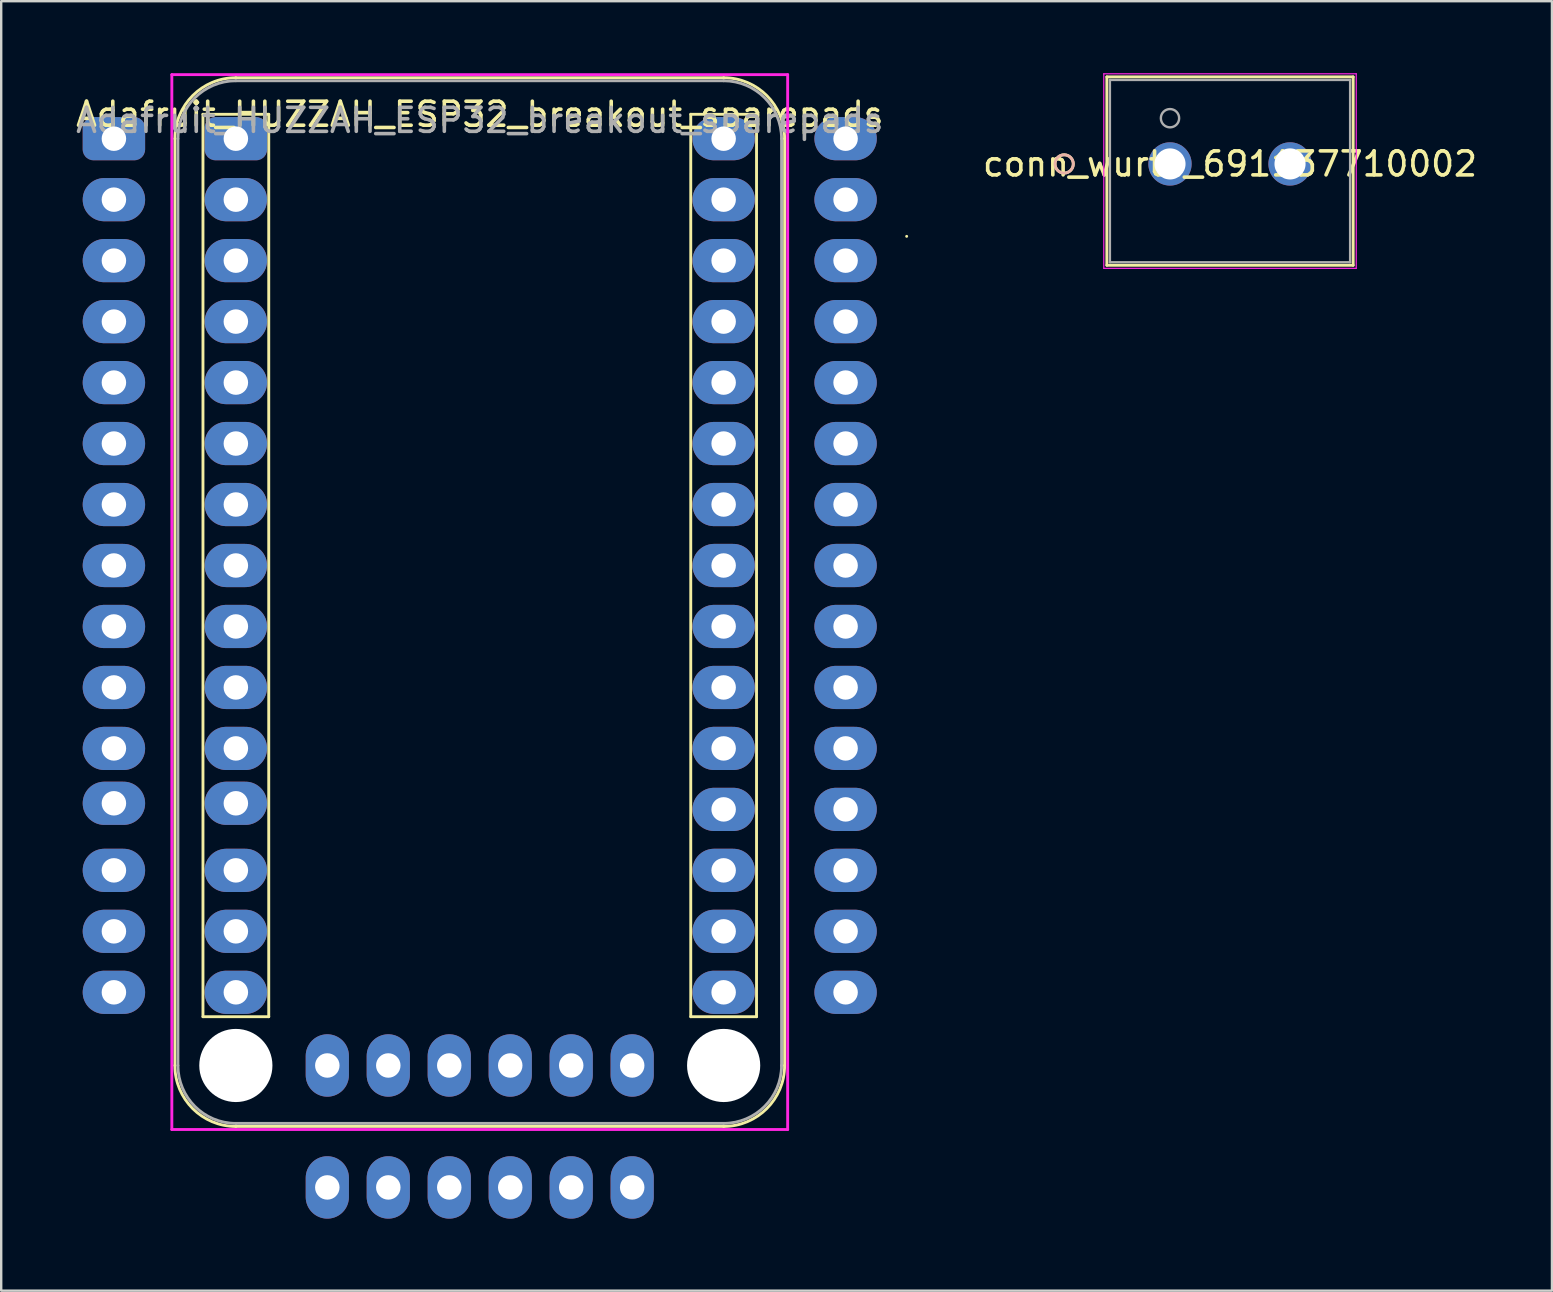
<source format=kicad_pcb>
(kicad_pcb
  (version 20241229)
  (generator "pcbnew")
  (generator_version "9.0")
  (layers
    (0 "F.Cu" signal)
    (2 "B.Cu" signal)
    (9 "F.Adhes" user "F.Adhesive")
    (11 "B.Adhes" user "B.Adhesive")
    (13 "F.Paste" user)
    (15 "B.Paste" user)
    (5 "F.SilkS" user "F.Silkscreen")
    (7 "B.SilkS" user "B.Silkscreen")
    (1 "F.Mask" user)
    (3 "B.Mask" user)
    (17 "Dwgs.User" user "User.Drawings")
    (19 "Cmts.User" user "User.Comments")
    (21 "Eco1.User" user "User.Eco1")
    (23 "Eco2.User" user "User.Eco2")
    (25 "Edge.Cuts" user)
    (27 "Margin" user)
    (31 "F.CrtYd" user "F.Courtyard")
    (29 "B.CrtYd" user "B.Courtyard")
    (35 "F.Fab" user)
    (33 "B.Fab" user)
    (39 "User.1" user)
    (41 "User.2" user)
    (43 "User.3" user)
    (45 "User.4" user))
  (footprint "Adafruit_HUZZAH_ESP32_breakout_sparepads"
    (layer "F.Cu")
    (at 16.935 22.031)
    (property "Reference" "Adafruit_HUZZAH_ESP32_breakout_sparepads" (at 0 -20.32 0) (layer "F.SilkS") (effects (font (size 1 1) (thickness 0.15))))
    (attr through_hole)
    (fp_line (start -12.7 19.304) (end -12.7 -19.304) (stroke (width 0.12) (type solid)) (layer "F.SilkS"))
    (fp_line (start -11.53 -20.32) (end -11.53 17.272) (stroke (width 0.12) (type solid)) (layer "F.SilkS"))
    (fp_line (start -11.53 17.272) (end -8.79 17.272) (stroke (width 0.12) (type solid)) (layer "F.SilkS"))
    (fp_line (start -10.16 -21.844) (end 10.16 -21.844) (stroke (width 0.12) (type solid)) (layer "F.SilkS"))
    (fp_line (start -8.79 -20.32) (end -11.53 -20.32) (stroke (width 0.12) (type solid)) (layer "F.SilkS"))
    (fp_line (start -8.79 17.272) (end -8.79 -20.32) (stroke (width 0.12) (type solid)) (layer "F.SilkS"))
    (fp_line (start 8.79 -20.32) (end 8.79 17.272) (stroke (width 0.12) (type solid)) (layer "F.SilkS"))
    (fp_line (start 8.79 17.272) (end 11.53 17.272) (stroke (width 0.12) (type solid)) (layer "F.SilkS"))
    (fp_line (start 10.16 21.844) (end -10.16 21.844) (stroke (width 0.12) (type solid)) (layer "F.SilkS"))
    (fp_line (start 11.53 -20.32) (end 8.79 -20.32) (stroke (width 0.12) (type solid)) (layer "F.SilkS"))
    (fp_line (start 11.53 17.272) (end 11.53 -20.32) (stroke (width 0.12) (type solid)) (layer "F.SilkS"))
    (fp_line (start 12.7 -19.304) (end 12.7 19.304) (stroke (width 0.12) (type solid)) (layer "F.SilkS"))
    (fp_line (start 17.784 -15.236) (end 17.784 -15.236) (stroke (width 0.12) (type solid)) (layer "F.SilkS"))
    (fp_arc (start -12.7 -19.304) (mid -11.956051 -21.100051) (end -10.16 -21.844) (stroke (width 0.12) (type solid)) (layer "F.SilkS"))
    (fp_arc (start -10.16 21.844) (mid -11.956051 21.100051) (end -12.7 19.304) (stroke (width 0.12) (type solid)) (layer "F.SilkS"))
    (fp_arc (start 10.16 -21.844) (mid 11.956051 -21.100051) (end 12.7 -19.304) (stroke (width 0.12) (type solid)) (layer "F.SilkS"))
    (fp_arc (start 12.7 19.304) (mid 11.956051 21.100051) (end 10.16 21.844) (stroke (width 0.12) (type solid)) (layer "F.SilkS"))
    (fp_line (start -12.827 -21.971) (end 12.827 -21.971) (stroke (width 0.12) (type solid)) (layer "F.CrtYd"))
    (fp_line (start -12.827 21.971) (end -12.827 -21.971) (stroke (width 0.12) (type solid)) (layer "F.CrtYd"))
    (fp_line (start 12.827 -21.971) (end 12.827 21.971) (stroke (width 0.12) (type solid)) (layer "F.CrtYd"))
    (fp_line (start 12.827 21.971) (end -12.827 21.971) (stroke (width 0.12) (type solid)) (layer "F.CrtYd"))
    (fp_line (start -12.573 19.304) (end -12.573 -19.304) (stroke (width 0.12) (type solid)) (layer "F.Fab"))
    (fp_line (start -10.16 -21.717) (end 10.16 -21.717) (stroke (width 0.12) (type solid)) (layer "F.Fab"))
    (fp_line (start 10.16 21.717) (end -10.16 21.717) (stroke (width 0.12) (type solid)) (layer "F.Fab"))
    (fp_line (start 12.573 -19.304) (end 12.573 19.304) (stroke (width 0.12) (type solid)) (layer "F.Fab"))
    (fp_arc (start -12.573 -19.304) (mid -11.866249 -21.010249) (end -10.16 -21.717) (stroke (width 0.12) (type solid)) (layer "F.Fab"))
    (fp_arc (start -10.16 21.717) (mid -11.866249 21.010249) (end -12.573 19.304) (stroke (width 0.12) (type solid)) (layer "F.Fab"))
    (fp_arc (start 10.16 -21.717) (mid 11.866249 -21.010249) (end 12.573 -19.304) (stroke (width 0.12) (type solid)) (layer "F.Fab"))
    (fp_arc (start 12.573 19.304) (mid 11.866249 21.010249) (end 10.16 21.717) (stroke (width 0.12) (type solid)) (layer "F.Fab"))
    (fp_text user "${REFERENCE}" (at 0 -20.066 0) (layer "F.Fab") (effects (font (size 1 1) (thickness 0.15))))
    (pad "" np_thru_hole circle (at -10.16 19.304) (size 3.048 3.048) (drill 3.048) (layers "*.Cu" "*.Mask"))
    (pad "" np_thru_hole circle (at 10.16 19.304) (size 3.048 3.048) (drill 3.048) (layers "*.Cu" "*.Mask"))
    (pad "1" thru_hole roundrect (at -15.24 -19.304) (size 2.6 1.8) (drill 1.02) (layers "*.Cu" "*.Mask") (roundrect_rratio 0.25))
    (pad "1" thru_hole roundrect (at -10.16 -19.304) (size 2.6 1.8) (drill 1.02) (layers "*.Cu" "*.Mask") (roundrect_rratio 0.25))
    (pad "2" thru_hole oval (at -15.24 -16.764) (size 2.6 1.8) (drill 1.02) (layers "*.Cu" "*.Mask"))
    (pad "2" thru_hole oval (at -10.16 -16.764) (size 2.6 1.8) (drill 1.02) (layers "*.Cu" "*.Mask"))
    (pad "3" thru_hole oval (at -15.24 -14.224) (size 2.6 1.8) (drill 1.02) (layers "*.Cu" "*.Mask"))
    (pad "3" thru_hole oval (at -10.16 -14.224) (size 2.6 1.8) (drill 1.02) (layers "*.Cu" "*.Mask"))
    (pad "4" thru_hole oval (at -15.24 -11.684) (size 2.6 1.8) (drill 1.02) (layers "*.Cu" "*.Mask"))
    (pad "4" thru_hole oval (at -10.16 -11.684) (size 2.6 1.8) (drill 1.02) (layers "*.Cu" "*.Mask"))
    (pad "5" thru_hole oval (at -15.24 -9.144) (size 2.6 1.8) (drill 1.02) (layers "*.Cu" "*.Mask"))
    (pad "5" thru_hole oval (at -10.16 -9.144) (size 2.6 1.8) (drill 1.02) (layers "*.Cu" "*.Mask"))
    (pad "6" thru_hole oval (at -15.24 -6.604) (size 2.6 1.8) (drill 1.02) (layers "*.Cu" "*.Mask"))
    (pad "6" thru_hole oval (at -10.16 -6.604) (size 2.6 1.8) (drill 1.02) (layers "*.Cu" "*.Mask"))
    (pad "7" thru_hole oval (at -15.24 -4.064) (size 2.6 1.8) (drill 1.02) (layers "*.Cu" "*.Mask"))
    (pad "7" thru_hole oval (at -10.16 -4.064) (size 2.6 1.8) (drill 1.02) (layers "*.Cu" "*.Mask"))
    (pad "8" thru_hole oval (at -15.24 -1.524) (size 2.6 1.8) (drill 1.02) (layers "*.Cu" "*.Mask"))
    (pad "8" thru_hole oval (at -10.16 -1.524) (size 2.6 1.8) (drill 1.02) (layers "*.Cu" "*.Mask"))
    (pad "9" thru_hole oval (at -15.24 1.016) (size 2.6 1.8) (drill 1.02) (layers "*.Cu" "*.Mask"))
    (pad "9" thru_hole oval (at -10.16 1.016) (size 2.6 1.8) (drill 1.02) (layers "*.Cu" "*.Mask"))
    (pad "10" thru_hole oval (at -15.24 3.556) (size 2.6 1.8) (drill 1.02) (layers "*.Cu" "*.Mask"))
    (pad "10" thru_hole oval (at -10.16 3.556) (size 2.6 1.8) (drill 1.02) (layers "*.Cu" "*.Mask"))
    (pad "11" thru_hole oval (at -15.24 6.096) (size 2.6 1.8) (drill 1.02) (layers "*.Cu" "*.Mask"))
    (pad "11" thru_hole oval (at -10.16 6.096) (size 2.6 1.8) (drill 1.02) (layers "*.Cu" "*.Mask"))
    (pad "12" thru_hole oval (at -15.24 8.382) (size 2.6 1.8) (drill 1.02) (layers "*.Cu" "*.Mask"))
    (pad "12" thru_hole oval (at -10.16 8.382) (size 2.6 1.8) (drill 1.02) (layers "*.Cu" "*.Mask"))
    (pad "13" thru_hole oval (at -15.24 11.176) (size 2.6 1.8) (drill 1.02) (layers "*.Cu" "*.Mask"))
    (pad "13" thru_hole oval (at -10.16 11.176) (size 2.6 1.8) (drill 1.02) (layers "*.Cu" "*.Mask"))
    (pad "14" thru_hole oval (at -15.24 13.716) (size 2.6 1.8) (drill 1.02) (layers "*.Cu" "*.Mask"))
    (pad "14" thru_hole oval (at -10.16 13.716) (size 2.6 1.8) (drill 1.02) (layers "*.Cu" "*.Mask"))
    (pad "15" thru_hole oval (at -15.24 16.256) (size 2.6 1.8) (drill 1.02) (layers "*.Cu" "*.Mask"))
    (pad "15" thru_hole oval (at -10.16 16.256) (size 2.6 1.8) (drill 1.02) (layers "*.Cu" "*.Mask"))
    (pad "16" thru_hole oval (at 10.16 16.256) (size 2.6 1.8) (drill 1.02) (layers "*.Cu" "*.Mask"))
    (pad "16" thru_hole oval (at 15.24 16.256) (size 2.6 1.8) (drill 1.02) (layers "*.Cu" "*.Mask"))
    (pad "17" thru_hole oval (at 10.16 13.716) (size 2.6 1.8) (drill 1.02) (layers "*.Cu" "*.Mask"))
    (pad "17" thru_hole oval (at 15.24 13.716) (size 2.6 1.8) (drill 1.02) (layers "*.Cu" "*.Mask"))
    (pad "18" thru_hole oval (at 10.16 11.176) (size 2.6 1.8) (drill 1.02) (layers "*.Cu" "*.Mask"))
    (pad "18" thru_hole oval (at 15.24 11.176) (size 2.6 1.8) (drill 1.02) (layers "*.Cu" "*.Mask"))
    (pad "19" thru_hole oval (at 10.16 8.636) (size 2.6 1.8) (drill 1.02) (layers "*.Cu" "*.Mask"))
    (pad "19" thru_hole oval (at 15.24 8.636) (size 2.6 1.8) (drill 1.02) (layers "*.Cu" "*.Mask"))
    (pad "20" thru_hole oval (at 10.16 6.096) (size 2.6 1.8) (drill 1.02) (layers "*.Cu" "*.Mask"))
    (pad "20" thru_hole oval (at 15.24 6.096) (size 2.6 1.8) (drill 1.02) (layers "*.Cu" "*.Mask"))
    (pad "21" thru_hole oval (at 10.16 3.556) (size 2.6 1.8) (drill 1.02) (layers "*.Cu" "*.Mask"))
    (pad "21" thru_hole oval (at 15.24 3.556) (size 2.6 1.8) (drill 1.02) (layers "*.Cu" "*.Mask"))
    (pad "22" thru_hole oval (at 10.16 1.016) (size 2.6 1.8) (drill 1.02) (layers "*.Cu" "*.Mask"))
    (pad "22" thru_hole oval (at 15.24 1.016) (size 2.6 1.8) (drill 1.02) (layers "*.Cu" "*.Mask"))
    (pad "23" thru_hole oval (at 10.16 -1.524) (size 2.6 1.8) (drill 1.02) (layers "*.Cu" "*.Mask"))
    (pad "23" thru_hole oval (at 15.24 -1.524) (size 2.6 1.8) (drill 1.02) (layers "*.Cu" "*.Mask"))
    (pad "24" thru_hole oval (at 10.16 -4.064) (size 2.6 1.8) (drill 1.02) (layers "*.Cu" "*.Mask"))
    (pad "24" thru_hole oval (at 15.24 -4.064) (size 2.6 1.8) (drill 1.02) (layers "*.Cu" "*.Mask"))
    (pad "25" thru_hole oval (at 10.16 -6.604) (size 2.6 1.8) (drill 1.02) (layers "*.Cu" "*.Mask"))
    (pad "25" thru_hole oval (at 15.24 -6.604) (size 2.6 1.8) (drill 1.02) (layers "*.Cu" "*.Mask"))
    (pad "26" thru_hole oval (at 10.16 -9.144) (size 2.6 1.8) (drill 1.02) (layers "*.Cu" "*.Mask"))
    (pad "26" thru_hole oval (at 15.24 -9.144) (size 2.6 1.8) (drill 1.02) (layers "*.Cu" "*.Mask"))
    (pad "27" thru_hole oval (at 10.16 -11.684) (size 2.6 1.8) (drill 1.02) (layers "*.Cu" "*.Mask"))
    (pad "27" thru_hole oval (at 15.24 -11.684) (size 2.6 1.8) (drill 1.02) (layers "*.Cu" "*.Mask"))
    (pad "28" thru_hole oval (at 10.16 -14.224) (size 2.6 1.8) (drill 1.02) (layers "*.Cu" "*.Mask"))
    (pad "28" thru_hole oval (at 15.24 -14.224) (size 2.6 1.8) (drill 1.02) (layers "*.Cu" "*.Mask"))
    (pad "29" thru_hole oval (at 10.16 -16.764) (size 2.6 1.8) (drill 1.02) (layers "*.Cu" "*.Mask"))
    (pad "29" thru_hole oval (at 15.24 -16.764) (size 2.6 1.8) (drill 1.02) (layers "*.Cu" "*.Mask"))
    (pad "30" thru_hole oval (at 10.16 -19.304) (size 2.6 1.8) (drill 1.02) (layers "*.Cu" "*.Mask"))
    (pad "30" thru_hole oval (at 15.24 -19.304) (size 2.6 1.8) (drill 1.02) (layers "*.Cu" "*.Mask"))
    (pad "31" thru_hole oval (at -6.35 19.304) (size 1.8 2.6) (drill 1.02) (layers "*.Cu" "*.Mask"))
    (pad "31" thru_hole oval (at -6.35 24.384) (size 1.8 2.6) (drill 1.02) (layers "*.Cu" "*.Mask"))
    (pad "32" thru_hole oval (at -3.81 19.304) (size 1.8 2.6) (drill 1.02) (layers "*.Cu" "*.Mask"))
    (pad "32" thru_hole oval (at -3.81 24.384) (size 1.8 2.6) (drill 1.02) (layers "*.Cu" "*.Mask"))
    (pad "33" thru_hole oval (at -1.27 19.304) (size 1.8 2.6) (drill 1.02) (layers "*.Cu" "*.Mask"))
    (pad "33" thru_hole oval (at -1.27 24.384) (size 1.8 2.6) (drill 1.02) (layers "*.Cu" "*.Mask"))
    (pad "34" thru_hole oval (at 1.27 19.304) (size 1.8 2.6) (drill 1.02) (layers "*.Cu" "*.Mask"))
    (pad "34" thru_hole oval (at 1.27 24.384) (size 1.8 2.6) (drill 1.02) (layers "*.Cu" "*.Mask"))
    (pad "35" thru_hole oval (at 3.81 19.304) (size 1.8 2.6) (drill 1.02) (layers "*.Cu" "*.Mask"))
    (pad "35" thru_hole oval (at 3.81 24.384) (size 1.8 2.6) (drill 1.02) (layers "*.Cu" "*.Mask"))
    (pad "36" thru_hole oval (at 6.35 19.304) (size 1.8 2.6) (drill 1.02) (layers "*.Cu" "*.Mask"))
    (pad "36" thru_hole oval (at 6.35 24.384) (size 1.8 2.6) (drill 1.02) (layers "*.Cu" "*.Mask")))
  (footprint "conn_wurth_691137710002"
    (layer "F.Cu")
    (at 45.689 3.779)
    (property "Reference" "conn_wurth_691137710002" (at 2.5 0 0) (layer "F.SilkS") (effects (font (size 1 1) (thickness 0.15))))
    (attr through_hole)
    (fp_line (start -2.631 -3.627) (end -2.631 4.222) (stroke (width 0.12) (type solid)) (layer "F.SilkS"))
    (fp_line (start -2.631 4.222) (end 7.631 4.222) (stroke (width 0.12) (type solid)) (layer "F.SilkS"))
    (fp_line (start 7.631 -3.627) (end -2.631 -3.627) (stroke (width 0.12) (type solid)) (layer "F.SilkS"))
    (fp_line (start 7.631 4.222) (end 7.631 -3.627) (stroke (width 0.12) (type solid)) (layer "F.SilkS"))
    (fp_circle (center -4.409 0) (end -4.028 0) (stroke (width 0.12) (type solid)) (fill no) (layer "F.SilkS"))
    (fp_circle (center -4.409 0) (end -4.028 0) (stroke (width 0.12) (type solid)) (fill no) (layer "B.SilkS"))
    (fp_line (start -2.758 -3.754) (end -2.758 4.349) (stroke (width 0.05) (type solid)) (layer "F.CrtYd"))
    (fp_line (start -2.758 4.349) (end 7.758 4.349) (stroke (width 0.05) (type solid)) (layer "F.CrtYd"))
    (fp_line (start 7.758 -3.754) (end -2.758 -3.754) (stroke (width 0.05) (type solid)) (layer "F.CrtYd"))
    (fp_line (start 7.758 4.349) (end 7.758 -3.754) (stroke (width 0.05) (type solid)) (layer "F.CrtYd"))
    (fp_line (start -2.504 -3.5) (end -2.504 4.095) (stroke (width 0.1) (type solid)) (layer "F.Fab"))
    (fp_line (start -2.504 4.095) (end 7.504 4.095) (stroke (width 0.1) (type solid)) (layer "F.Fab"))
    (fp_line (start 7.504 -3.5) (end -2.504 -3.5) (stroke (width 0.1) (type solid)) (layer "F.Fab"))
    (fp_line (start 7.504 4.095) (end 7.504 -3.5) (stroke (width 0.1) (type solid)) (layer "F.Fab"))
    (fp_circle (center 0 -1.905) (end 0.381 -1.905) (stroke (width 0.1) (type solid)) (fill no) (layer "F.Fab"))
    (fp_text user "*" (at 0 0 0) (layer "F.SilkS") (effects (font (size 1 1) (thickness 0.15))))
    (fp_text user "Copyright 2021 Accelerated Designs. All rights reserved." (at 0 0 0) (layer "Cmts.User") (effects (font (size 0.127 0.127) (thickness 0.002))))
    (fp_text user "*" (at 0 0 0) (layer "F.Fab") (effects (font (size 1 1) (thickness 0.15))))
    (pad "1" thru_hole circle (at 0 0) (size 1.803 1.803) (drill 1.295) (layers "*.Cu" "*.Mask"))
    (pad "2" thru_hole circle (at 5 0) (size 1.803 1.803) (drill 1.295) (layers "*.Cu" "*.Mask")))
  (gr_rect
    (start -3 -3)
    (end 61.6 50.715)
    (stroke (width 0.1) (type default))
    (fill no)
    (layer "Edge.Cuts")))
</source>
